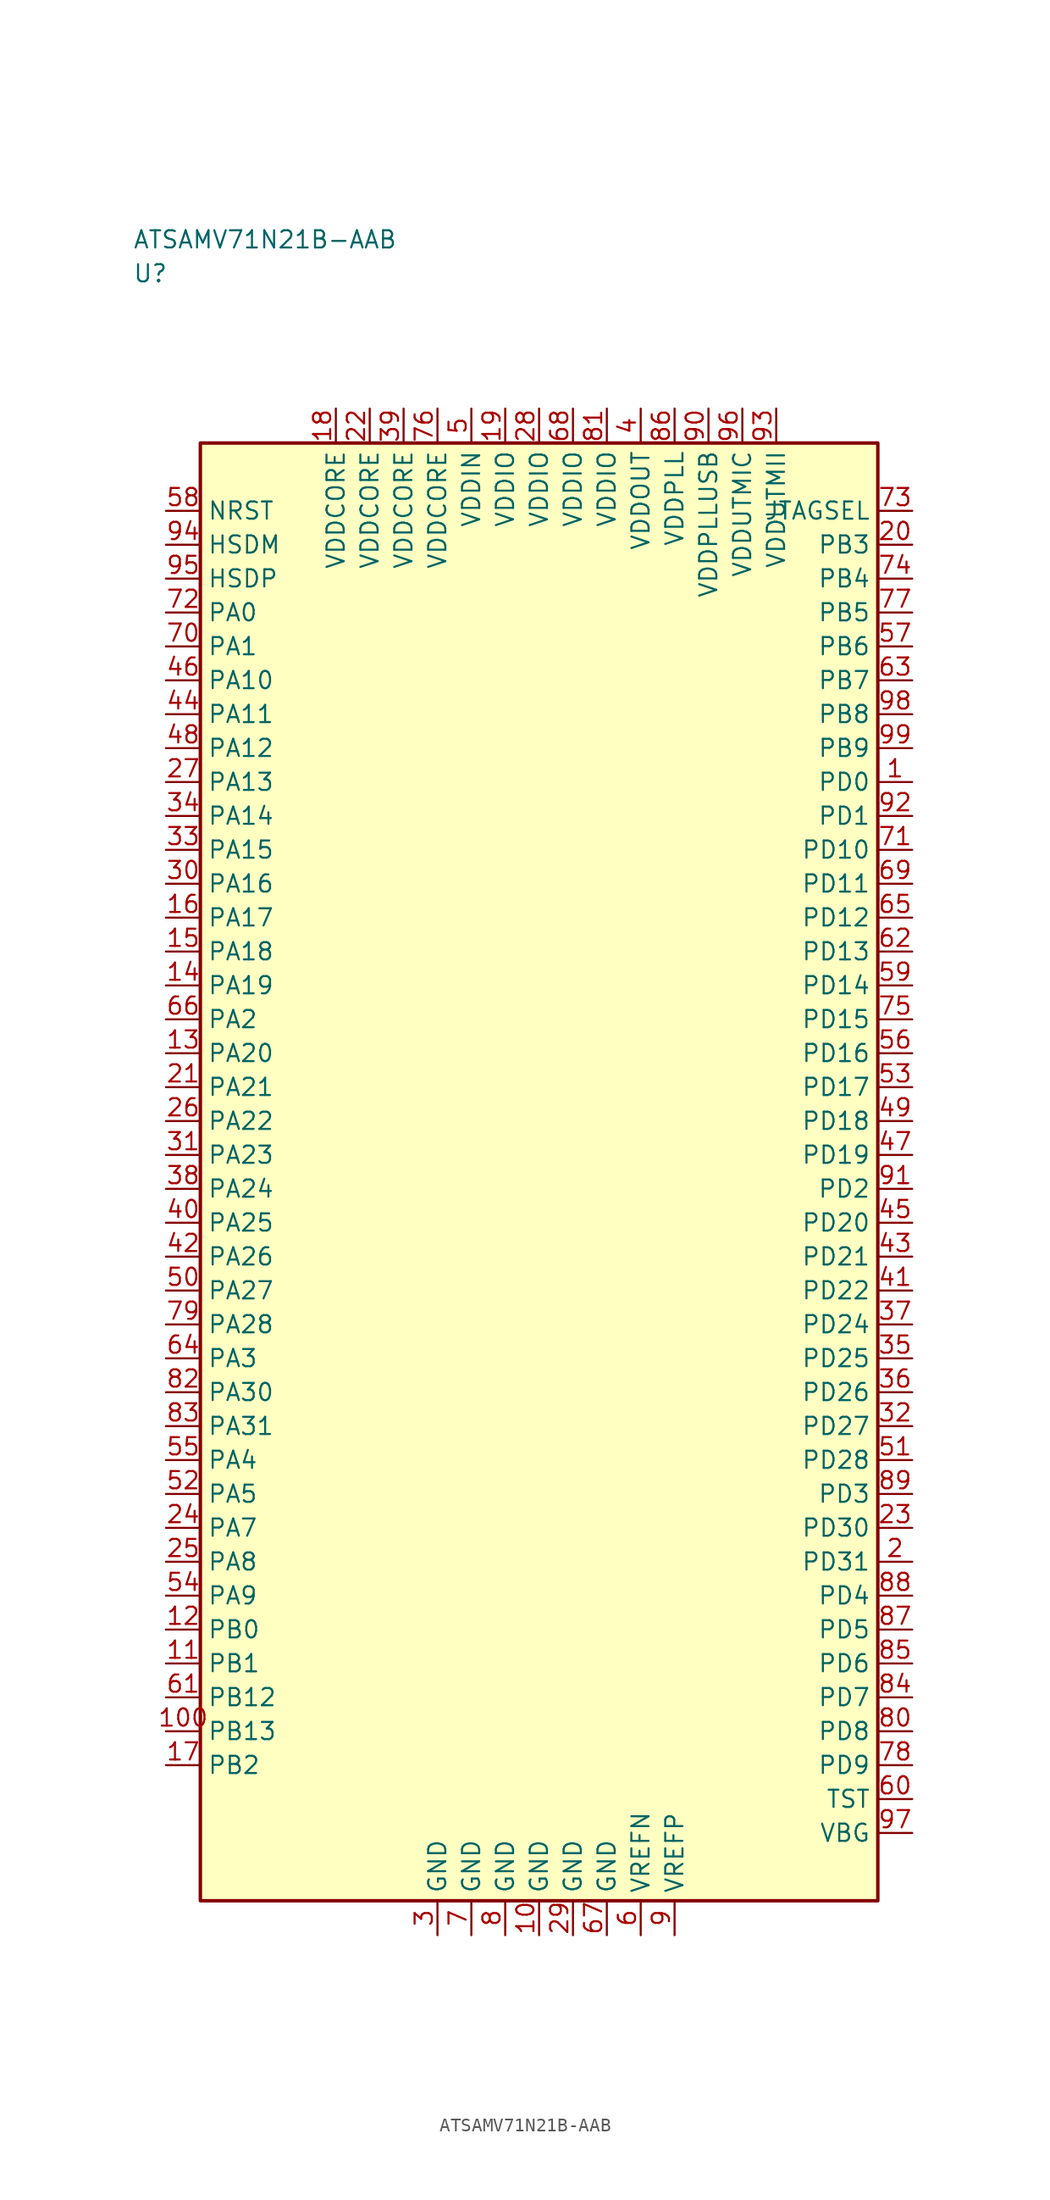
<source format=kicad_sym>
(kicad_symbol_lib
  (version 20241025)
  (generator "kicad_symbol_editor")
  (generator_version "8.0")
  (symbol "ATSAMV71N21B-AAB"
    (property "Reference" "U"
      (at -30.0 66.25 0)
      (effects (font (size 1.27 1.27)) (justify left)))
    (property "Value" "ATSAMV71N21B-AAB"
      (at -30.0 68.75 0)
      (effects (font (size 1.27 1.27)) (justify left)))
    (symbol "ATSAMV71N21B-AAB_0_1"
      (rectangle (start -25.0 53.75) (end 25.0 -53.75) (stroke (width 0.254) (type default)) (fill (type background))))
    (symbol "ATSAMV71N21B-AAB_1_1"
      (pin bidirectional line (at -27.54 41.25 0.0) (length 2.54) (name "PA0" (effects (font (size 1.27 1.27)))) (number "72" (effects (font (size 1.27 1.27)))))
      (pin bidirectional line (at -27.54 38.75 0.0) (length 2.54) (name "PA1" (effects (font (size 1.27 1.27)))) (number "70" (effects (font (size 1.27 1.27)))))
      (pin bidirectional line (at -27.54 11.25 0.0) (length 2.54) (name "PA2" (effects (font (size 1.27 1.27)))) (number "66" (effects (font (size 1.27 1.27)))))
      (pin bidirectional line (at -27.54 -13.75 0.0) (length 2.54) (name "PA3" (effects (font (size 1.27 1.27)))) (number "64" (effects (font (size 1.27 1.27)))))
      (pin bidirectional line (at -27.54 -21.25 0.0) (length 2.54) (name "PA4" (effects (font (size 1.27 1.27)))) (number "55" (effects (font (size 1.27 1.27)))))
      (pin bidirectional line (at -27.54 -23.75 0.0) (length 2.54) (name "PA5" (effects (font (size 1.27 1.27)))) (number "52" (effects (font (size 1.27 1.27)))))
      (pin bidirectional line (at -27.54 -26.25 0.0) (length 2.54) (name "PA7" (effects (font (size 1.27 1.27)))) (number "24" (effects (font (size 1.27 1.27)))))
      (pin bidirectional line (at -27.54 -28.75 0.0) (length 2.54) (name "PA8" (effects (font (size 1.27 1.27)))) (number "25" (effects (font (size 1.27 1.27)))))
      (pin bidirectional line (at -27.54 -31.25 0.0) (length 2.54) (name "PA9" (effects (font (size 1.27 1.27)))) (number "54" (effects (font (size 1.27 1.27)))))
      (pin bidirectional line (at -27.54 36.25 0.0) (length 2.54) (name "PA10" (effects (font (size 1.27 1.27)))) (number "46" (effects (font (size 1.27 1.27)))))
      (pin bidirectional line (at -27.54 33.75 0.0) (length 2.54) (name "PA11" (effects (font (size 1.27 1.27)))) (number "44" (effects (font (size 1.27 1.27)))))
      (pin bidirectional line (at -27.54 31.25 0.0) (length 2.54) (name "PA12" (effects (font (size 1.27 1.27)))) (number "48" (effects (font (size 1.27 1.27)))))
      (pin bidirectional line (at -27.54 28.75 0.0) (length 2.54) (name "PA13" (effects (font (size 1.27 1.27)))) (number "27" (effects (font (size 1.27 1.27)))))
      (pin bidirectional line (at -27.54 26.25 0.0) (length 2.54) (name "PA14" (effects (font (size 1.27 1.27)))) (number "34" (effects (font (size 1.27 1.27)))))
      (pin bidirectional line (at -27.54 23.75 0.0) (length 2.54) (name "PA15" (effects (font (size 1.27 1.27)))) (number "33" (effects (font (size 1.27 1.27)))))
      (pin bidirectional line (at -27.54 21.25 0.0) (length 2.54) (name "PA16" (effects (font (size 1.27 1.27)))) (number "30" (effects (font (size 1.27 1.27)))))
      (pin bidirectional line (at -27.54 18.75 0.0) (length 2.54) (name "PA17" (effects (font (size 1.27 1.27)))) (number "16" (effects (font (size 1.27 1.27)))))
      (pin bidirectional line (at -27.54 16.25 0.0) (length 2.54) (name "PA18" (effects (font (size 1.27 1.27)))) (number "15" (effects (font (size 1.27 1.27)))))
      (pin bidirectional line (at -27.54 13.75 0.0) (length 2.54) (name "PA19" (effects (font (size 1.27 1.27)))) (number "14" (effects (font (size 1.27 1.27)))))
      (pin bidirectional line (at -27.54 8.75 0.0) (length 2.54) (name "PA20" (effects (font (size 1.27 1.27)))) (number "13" (effects (font (size 1.27 1.27)))))
      (pin bidirectional line (at -27.54 6.25 0.0) (length 2.54) (name "PA21" (effects (font (size 1.27 1.27)))) (number "21" (effects (font (size 1.27 1.27)))))
      (pin bidirectional line (at -27.54 3.75 0.0) (length 2.54) (name "PA22" (effects (font (size 1.27 1.27)))) (number "26" (effects (font (size 1.27 1.27)))))
      (pin bidirectional line (at -27.54 1.25 0.0) (length 2.54) (name "PA23" (effects (font (size 1.27 1.27)))) (number "31" (effects (font (size 1.27 1.27)))))
      (pin bidirectional line (at -27.54 -1.25 0.0) (length 2.54) (name "PA24" (effects (font (size 1.27 1.27)))) (number "38" (effects (font (size 1.27 1.27)))))
      (pin bidirectional line (at -27.54 -3.75 0.0) (length 2.54) (name "PA25" (effects (font (size 1.27 1.27)))) (number "40" (effects (font (size 1.27 1.27)))))
      (pin bidirectional line (at -27.54 -6.25 0.0) (length 2.54) (name "PA26" (effects (font (size 1.27 1.27)))) (number "42" (effects (font (size 1.27 1.27)))))
      (pin bidirectional line (at -27.54 -8.75 0.0) (length 2.54) (name "PA27" (effects (font (size 1.27 1.27)))) (number "50" (effects (font (size 1.27 1.27)))))
      (pin bidirectional line (at -27.54 -11.25 0.0) (length 2.54) (name "PA28" (effects (font (size 1.27 1.27)))) (number "79" (effects (font (size 1.27 1.27)))))
      (pin bidirectional line (at -27.54 -16.25 0.0) (length 2.54) (name "PA30" (effects (font (size 1.27 1.27)))) (number "82" (effects (font (size 1.27 1.27)))))
      (pin bidirectional line (at -27.54 -18.75 0.0) (length 2.54) (name "PA31" (effects (font (size 1.27 1.27)))) (number "83" (effects (font (size 1.27 1.27)))))
      (pin bidirectional line (at -27.54 -33.75 0.0) (length 2.54) (name "PB0" (effects (font (size 1.27 1.27)))) (number "12" (effects (font (size 1.27 1.27)))))
      (pin bidirectional line (at -27.54 -36.25 0.0) (length 2.54) (name "PB1" (effects (font (size 1.27 1.27)))) (number "11" (effects (font (size 1.27 1.27)))))
      (pin bidirectional line (at -27.54 -43.75 0.0) (length 2.54) (name "PB2" (effects (font (size 1.27 1.27)))) (number "17" (effects (font (size 1.27 1.27)))))
      (pin bidirectional line (at 27.54 46.25 180.0) (length 2.54) (name "PB3" (effects (font (size 1.27 1.27)))) (number "20" (effects (font (size 1.27 1.27)))))
      (pin bidirectional line (at 27.54 43.75 180.0) (length 2.54) (name "PB4" (effects (font (size 1.27 1.27)))) (number "74" (effects (font (size 1.27 1.27)))))
      (pin bidirectional line (at 27.54 41.25 180.0) (length 2.54) (name "PB5" (effects (font (size 1.27 1.27)))) (number "77" (effects (font (size 1.27 1.27)))))
      (pin bidirectional line (at 27.54 38.75 180.0) (length 2.54) (name "PB6" (effects (font (size 1.27 1.27)))) (number "57" (effects (font (size 1.27 1.27)))))
      (pin bidirectional line (at 27.54 36.25 180.0) (length 2.54) (name "PB7" (effects (font (size 1.27 1.27)))) (number "63" (effects (font (size 1.27 1.27)))))
      (pin bidirectional line (at 27.54 33.75 180.0) (length 2.54) (name "PB8" (effects (font (size 1.27 1.27)))) (number "98" (effects (font (size 1.27 1.27)))))
      (pin bidirectional line (at 27.54 31.25 180.0) (length 2.54) (name "PB9" (effects (font (size 1.27 1.27)))) (number "99" (effects (font (size 1.27 1.27)))))
      (pin bidirectional line (at -27.54 -38.75 0.0) (length 2.54) (name "PB12" (effects (font (size 1.27 1.27)))) (number "61" (effects (font (size 1.27 1.27)))))
      (pin bidirectional line (at -27.54 -41.25 0.0) (length 2.54) (name "PB13" (effects (font (size 1.27 1.27)))) (number "100" (effects (font (size 1.27 1.27)))))
      (pin bidirectional line (at 27.54 28.75 180.0) (length 2.54) (name "PD0" (effects (font (size 1.27 1.27)))) (number "1" (effects (font (size 1.27 1.27)))))
      (pin bidirectional line (at 27.54 26.25 180.0) (length 2.54) (name "PD1" (effects (font (size 1.27 1.27)))) (number "92" (effects (font (size 1.27 1.27)))))
      (pin bidirectional line (at 27.54 -1.25 180.0) (length 2.54) (name "PD2" (effects (font (size 1.27 1.27)))) (number "91" (effects (font (size 1.27 1.27)))))
      (pin bidirectional line (at 27.54 -23.75 180.0) (length 2.54) (name "PD3" (effects (font (size 1.27 1.27)))) (number "89" (effects (font (size 1.27 1.27)))))
      (pin bidirectional line (at 27.54 -31.25 180.0) (length 2.54) (name "PD4" (effects (font (size 1.27 1.27)))) (number "88" (effects (font (size 1.27 1.27)))))
      (pin bidirectional line (at 27.54 -33.75 180.0) (length 2.54) (name "PD5" (effects (font (size 1.27 1.27)))) (number "87" (effects (font (size 1.27 1.27)))))
      (pin bidirectional line (at 27.54 -36.25 180.0) (length 2.54) (name "PD6" (effects (font (size 1.27 1.27)))) (number "85" (effects (font (size 1.27 1.27)))))
      (pin bidirectional line (at 27.54 -38.75 180.0) (length 2.54) (name "PD7" (effects (font (size 1.27 1.27)))) (number "84" (effects (font (size 1.27 1.27)))))
      (pin bidirectional line (at 27.54 -41.25 180.0) (length 2.54) (name "PD8" (effects (font (size 1.27 1.27)))) (number "80" (effects (font (size 1.27 1.27)))))
      (pin bidirectional line (at 27.54 -43.75 180.0) (length 2.54) (name "PD9" (effects (font (size 1.27 1.27)))) (number "78" (effects (font (size 1.27 1.27)))))
      (pin bidirectional line (at 27.54 23.75 180.0) (length 2.54) (name "PD10" (effects (font (size 1.27 1.27)))) (number "71" (effects (font (size 1.27 1.27)))))
      (pin bidirectional line (at 27.54 21.25 180.0) (length 2.54) (name "PD11" (effects (font (size 1.27 1.27)))) (number "69" (effects (font (size 1.27 1.27)))))
      (pin bidirectional line (at 27.54 18.75 180.0) (length 2.54) (name "PD12" (effects (font (size 1.27 1.27)))) (number "65" (effects (font (size 1.27 1.27)))))
      (pin bidirectional line (at 27.54 16.25 180.0) (length 2.54) (name "PD13" (effects (font (size 1.27 1.27)))) (number "62" (effects (font (size 1.27 1.27)))))
      (pin bidirectional line (at 27.54 13.75 180.0) (length 2.54) (name "PD14" (effects (font (size 1.27 1.27)))) (number "59" (effects (font (size 1.27 1.27)))))
      (pin bidirectional line (at 27.54 11.25 180.0) (length 2.54) (name "PD15" (effects (font (size 1.27 1.27)))) (number "75" (effects (font (size 1.27 1.27)))))
      (pin bidirectional line (at 27.54 8.75 180.0) (length 2.54) (name "PD16" (effects (font (size 1.27 1.27)))) (number "56" (effects (font (size 1.27 1.27)))))
      (pin bidirectional line (at 27.54 6.25 180.0) (length 2.54) (name "PD17" (effects (font (size 1.27 1.27)))) (number "53" (effects (font (size 1.27 1.27)))))
      (pin bidirectional line (at 27.54 3.75 180.0) (length 2.54) (name "PD18" (effects (font (size 1.27 1.27)))) (number "49" (effects (font (size 1.27 1.27)))))
      (pin bidirectional line (at 27.54 1.25 180.0) (length 2.54) (name "PD19" (effects (font (size 1.27 1.27)))) (number "47" (effects (font (size 1.27 1.27)))))
      (pin bidirectional line (at 27.54 -3.75 180.0) (length 2.54) (name "PD20" (effects (font (size 1.27 1.27)))) (number "45" (effects (font (size 1.27 1.27)))))
      (pin bidirectional line (at 27.54 -6.25 180.0) (length 2.54) (name "PD21" (effects (font (size 1.27 1.27)))) (number "43" (effects (font (size 1.27 1.27)))))
      (pin bidirectional line (at 27.54 -8.75 180.0) (length 2.54) (name "PD22" (effects (font (size 1.27 1.27)))) (number "41" (effects (font (size 1.27 1.27)))))
      (pin bidirectional line (at 27.54 -11.25 180.0) (length 2.54) (name "PD24" (effects (font (size 1.27 1.27)))) (number "37" (effects (font (size 1.27 1.27)))))
      (pin bidirectional line (at 27.54 -13.75 180.0) (length 2.54) (name "PD25" (effects (font (size 1.27 1.27)))) (number "35" (effects (font (size 1.27 1.27)))))
      (pin bidirectional line (at 27.54 -16.25 180.0) (length 2.54) (name "PD26" (effects (font (size 1.27 1.27)))) (number "36" (effects (font (size 1.27 1.27)))))
      (pin bidirectional line (at 27.54 -18.75 180.0) (length 2.54) (name "PD27" (effects (font (size 1.27 1.27)))) (number "32" (effects (font (size 1.27 1.27)))))
      (pin bidirectional line (at 27.54 -21.25 180.0) (length 2.54) (name "PD28" (effects (font (size 1.27 1.27)))) (number "51" (effects (font (size 1.27 1.27)))))
      (pin bidirectional line (at 27.54 -26.25 180.0) (length 2.54) (name "PD30" (effects (font (size 1.27 1.27)))) (number "23" (effects (font (size 1.27 1.27)))))
      (pin bidirectional line (at 27.54 -28.75 180.0) (length 2.54) (name "PD31" (effects (font (size 1.27 1.27)))) (number "2" (effects (font (size 1.27 1.27)))))
      (pin power_in line (at 7.5 56.29 270.0) (length 2.54) (name "VDDOUT" (effects (font (size 1.27 1.27)))) (number "4" (effects (font (size 1.27 1.27)))))
      (pin power_in line (at -5.0 56.29 270.0) (length 2.54) (name "VDDIN" (effects (font (size 1.27 1.27)))) (number "5" (effects (font (size 1.27 1.27)))))
      (pin passive line (at 7.5 -56.29 90.0) (length 2.54) (name "VREFN" (effects (font (size 1.27 1.27)))) (number "6" (effects (font (size 1.27 1.27)))))
      (pin passive line (at 10.0 -56.29 90.0) (length 2.54) (name "VREFP" (effects (font (size 1.27 1.27)))) (number "9" (effects (font (size 1.27 1.27)))))
      (pin input line (at -27.54 48.75 0.0) (length 2.54) (name "NRST" (effects (font (size 1.27 1.27)))) (number "58" (effects (font (size 1.27 1.27)))))
      (pin bidirectional line (at 27.54 -46.25 180.0) (length 2.54) (name "TST" (effects (font (size 1.27 1.27)))) (number "60" (effects (font (size 1.27 1.27)))))
      (pin power_in line (at -2.5 56.29 270.0) (length 2.54) (name "VDDIO" (effects (font (size 1.27 1.27)))) (number "19" (effects (font (size 1.27 1.27)))))
      (pin power_in line (at 0.0 56.29 270.0) (length 2.54) (name "VDDIO" (effects (font (size 1.27 1.27)))) (number "28" (effects (font (size 1.27 1.27)))))
      (pin power_in line (at 2.5 56.29 270.0) (length 2.54) (name "VDDIO" (effects (font (size 1.27 1.27)))) (number "68" (effects (font (size 1.27 1.27)))))
      (pin power_in line (at 5.0 56.29 270.0) (length 2.54) (name "VDDIO" (effects (font (size 1.27 1.27)))) (number "81" (effects (font (size 1.27 1.27)))))
      (pin output line (at 27.54 48.75 180.0) (length 2.54) (name "JTAGSEL" (effects (font (size 1.27 1.27)))) (number "73" (effects (font (size 1.27 1.27)))))
      (pin power_in line (at -15.0 56.29 270.0) (length 2.54) (name "VDDCORE" (effects (font (size 1.27 1.27)))) (number "18" (effects (font (size 1.27 1.27)))))
      (pin power_in line (at -12.5 56.29 270.0) (length 2.54) (name "VDDCORE" (effects (font (size 1.27 1.27)))) (number "22" (effects (font (size 1.27 1.27)))))
      (pin power_in line (at -10.0 56.29 270.0) (length 2.54) (name "VDDCORE" (effects (font (size 1.27 1.27)))) (number "39" (effects (font (size 1.27 1.27)))))
      (pin power_in line (at -7.5 56.29 270.0) (length 2.54) (name "VDDCORE" (effects (font (size 1.27 1.27)))) (number "76" (effects (font (size 1.27 1.27)))))
      (pin power_in line (at 10.0 56.29 270.0) (length 2.54) (name "VDDPLL" (effects (font (size 1.27 1.27)))) (number "86" (effects (font (size 1.27 1.27)))))
      (pin power_in line (at 17.5 56.29 270.0) (length 2.54) (name "VDDUTMII" (effects (font (size 1.27 1.27)))) (number "93" (effects (font (size 1.27 1.27)))))
      (pin bidirectional line (at -27.54 46.25 0.0) (length 2.54) (name "HSDM" (effects (font (size 1.27 1.27)))) (number "94" (effects (font (size 1.27 1.27)))))
      (pin bidirectional line (at -27.54 43.75 0.0) (length 2.54) (name "HSDP" (effects (font (size 1.27 1.27)))) (number "95" (effects (font (size 1.27 1.27)))))
      (pin passive line (at -7.5 -56.29 90.0) (length 2.54) (name "GND" (effects (font (size 1.27 1.27)))) (number "3" (effects (font (size 1.27 1.27)))))
      (pin passive line (at -5.0 -56.29 90.0) (length 2.54) (name "GND" (effects (font (size 1.27 1.27)))) (number "7" (effects (font (size 1.27 1.27)))))
      (pin passive line (at -2.5 -56.29 90.0) (length 2.54) (name "GND" (effects (font (size 1.27 1.27)))) (number "8" (effects (font (size 1.27 1.27)))))
      (pin passive line (at 0.0 -56.29 90.0) (length 2.54) (name "GND" (effects (font (size 1.27 1.27)))) (number "10" (effects (font (size 1.27 1.27)))))
      (pin passive line (at 2.5 -56.29 90.0) (length 2.54) (name "GND" (effects (font (size 1.27 1.27)))) (number "29" (effects (font (size 1.27 1.27)))))
      (pin passive line (at 5.0 -56.29 90.0) (length 2.54) (name "GND" (effects (font (size 1.27 1.27)))) (number "67" (effects (font (size 1.27 1.27)))))
      (pin power_in line (at 15.0 56.29 270.0) (length 2.54) (name "VDDUTMIC" (effects (font (size 1.27 1.27)))) (number "96" (effects (font (size 1.27 1.27)))))
      (pin bidirectional line (at 27.54 -48.75 180.0) (length 2.54) (name "VBG" (effects (font (size 1.27 1.27)))) (number "97" (effects (font (size 1.27 1.27)))))
      (pin power_in line (at 12.5 56.29 270.0) (length 2.54) (name "VDDPLLUSB" (effects (font (size 1.27 1.27)))) (number "90" (effects (font (size 1.27 1.27))))))))
</source>
